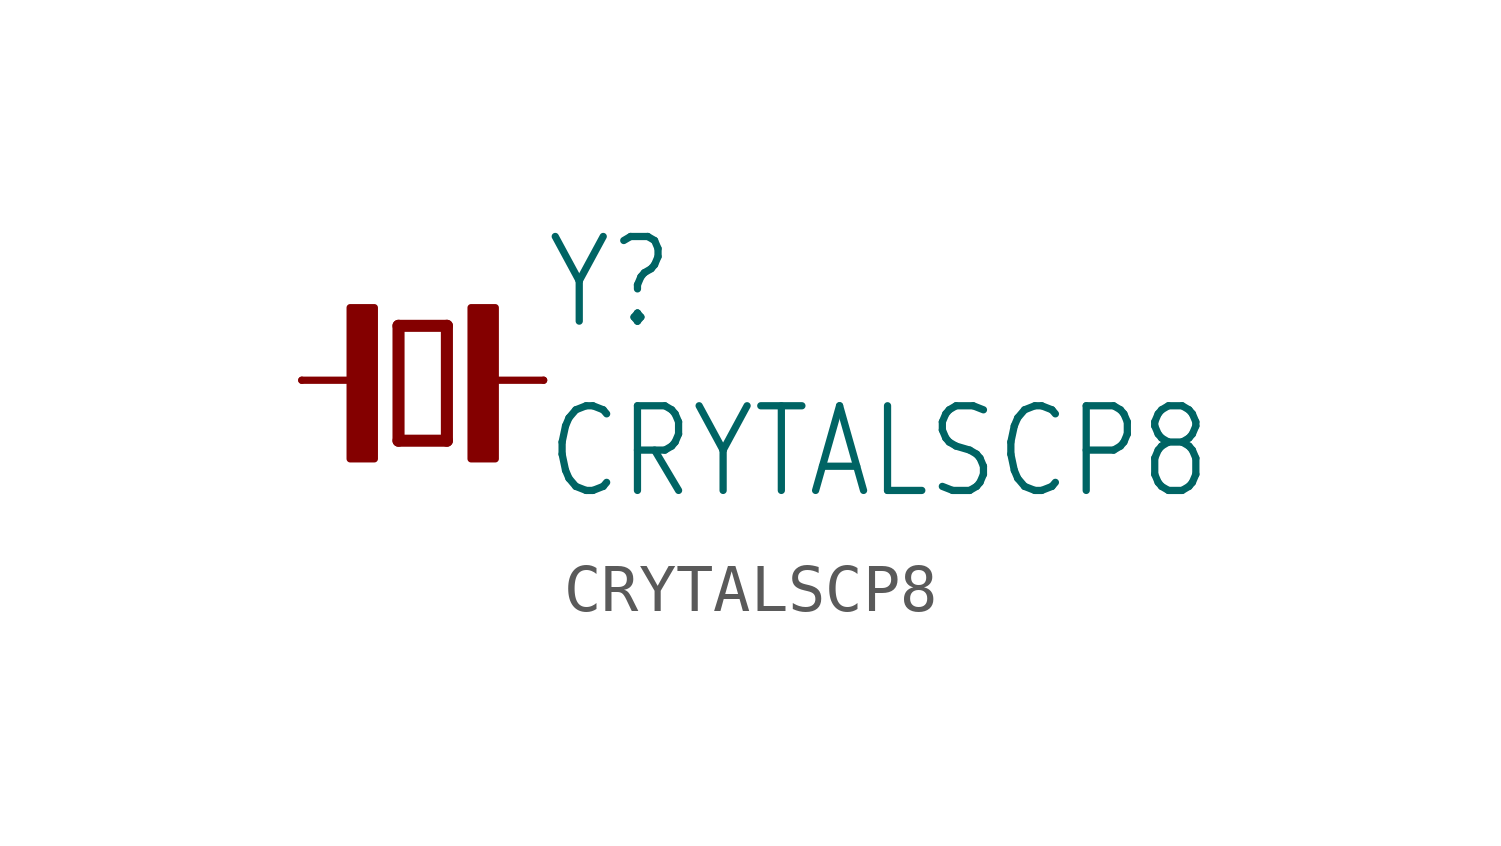
<source format=kicad_sym>
(kicad_symbol_lib
  (version 20211014)
  (generator kicad_symbol_editor)
  (symbol "CRYTALSCP8"
    (property "Reference" "Y"
      (at 2.54 1.016 0)
      (effects (font (size 1.778 1.511)) (justify left bottom)))
    (property "Value" "CRYTALSCP8"
      (at 2.54 -2.54 0)
      (effects (font (size 1.778 1.511)) (justify left bottom)))
    (property "ki_locked" ""
      (at 0 0 0)
      (effects (font (size 1.27 1.27))))
    (symbol "CRYTALSCP8_1_0"
      (rectangle (start -1.524 -1.651) (end -1.016 1.524) (stroke (width 0) (type default) (color 0 0 0 0)) (fill (type outline)))
      (polyline (pts (xy -2.54 0) (xy -1.143 0)) (stroke (width 0.152) (type default) (color 0 0 0 0)) (fill (type none)))
      (polyline (pts (xy -0.508 -1.27) (xy 0.508 -1.27)) (stroke (width 0.254) (type default) (color 0 0 0 0)) (fill (type none)))
      (polyline (pts (xy -0.508 1.143) (xy -0.508 -1.27)) (stroke (width 0.254) (type default) (color 0 0 0 0)) (fill (type none)))
      (polyline (pts (xy 0.508 -1.27) (xy 0.508 1.143)) (stroke (width 0.254) (type default) (color 0 0 0 0)) (fill (type none)))
      (polyline (pts (xy 0.508 1.143) (xy -0.508 1.143)) (stroke (width 0.254) (type default) (color 0 0 0 0)) (fill (type none)))
      (polyline (pts (xy 1.143 0) (xy 2.54 0)) (stroke (width 0.152) (type default) (color 0 0 0 0)) (fill (type none)))
      (rectangle (start 1.016 -1.651) (end 1.524 1.524) (stroke (width 0) (type default) (color 0 0 0 0)) (fill (type outline)))
      (pin passive line (at -2.54 0 0) (length 0) (name "1" (effects (font (size 0 0)))) (number "1" (effects (font (size 0 0)))))
      (pin passive line (at 2.54 0 180) (length 0) (name "2" (effects (font (size 0 0)))) (number "2" (effects (font (size 0 0))))))))
</source>
